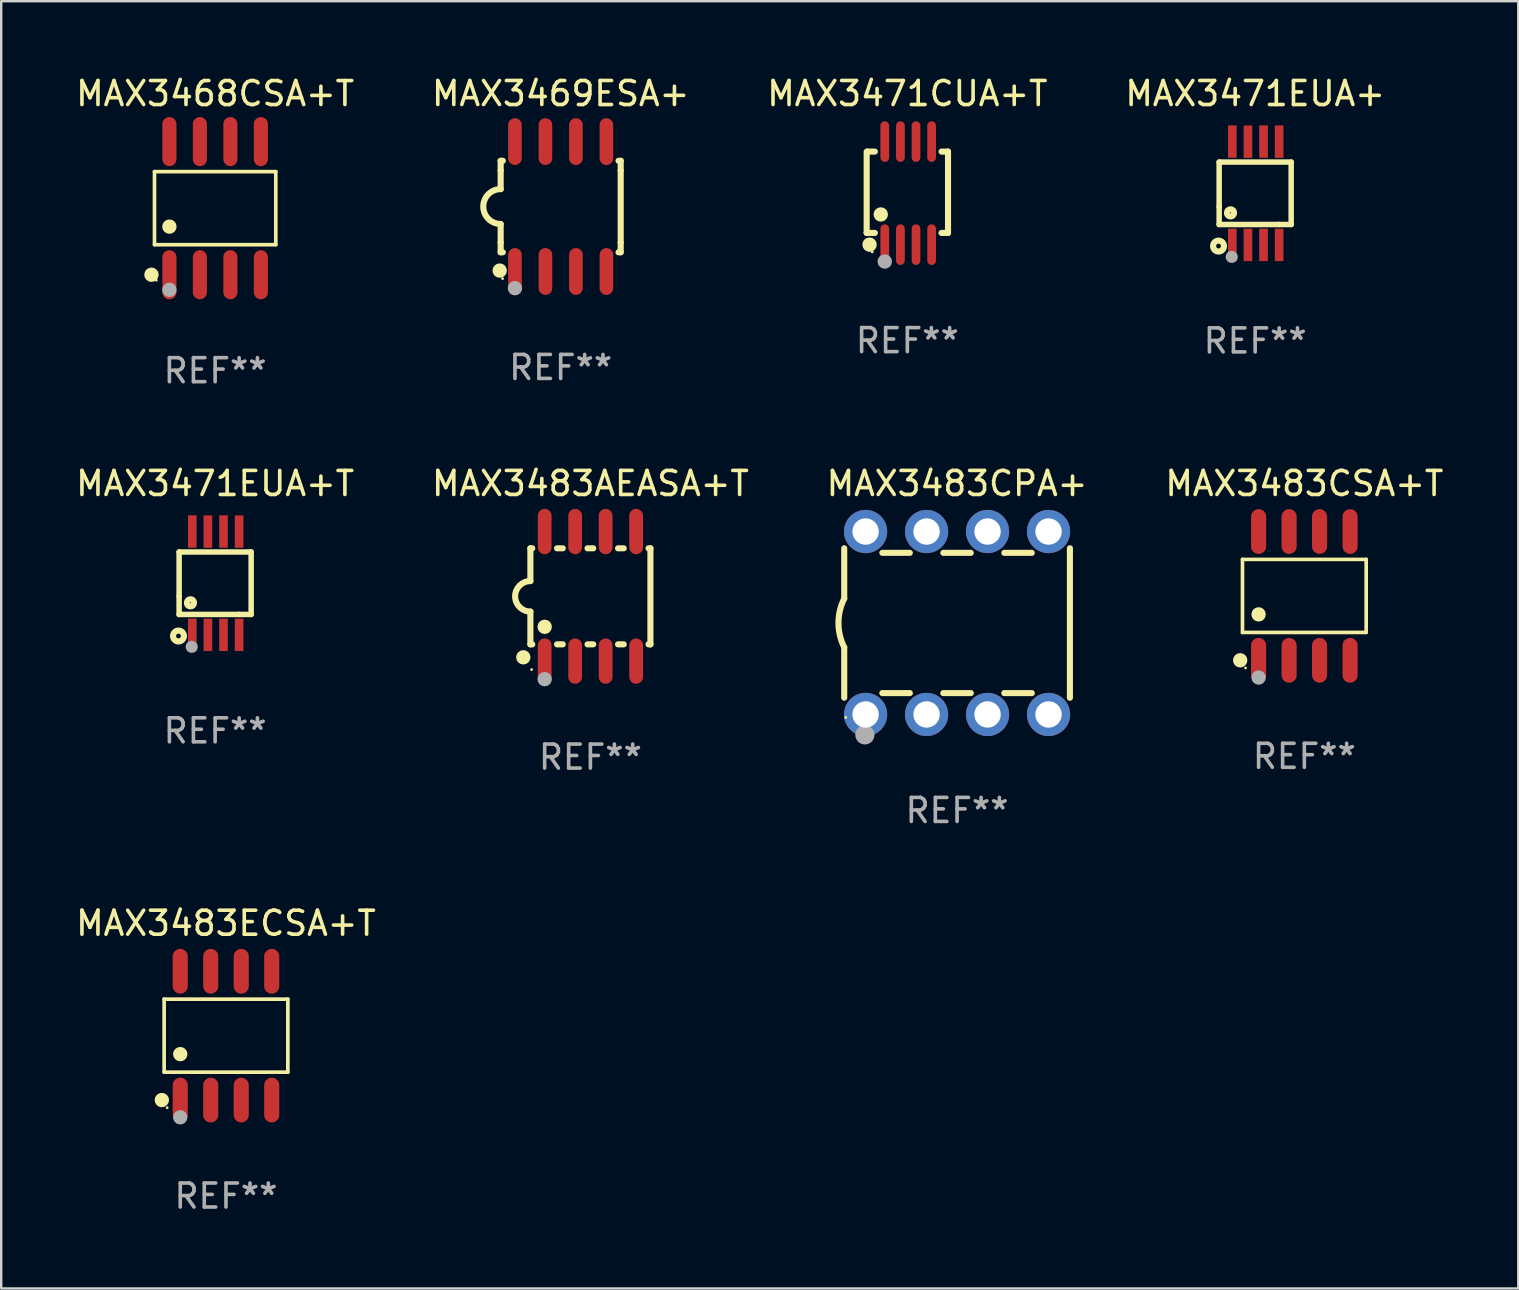
<source format=kicad_pcb>
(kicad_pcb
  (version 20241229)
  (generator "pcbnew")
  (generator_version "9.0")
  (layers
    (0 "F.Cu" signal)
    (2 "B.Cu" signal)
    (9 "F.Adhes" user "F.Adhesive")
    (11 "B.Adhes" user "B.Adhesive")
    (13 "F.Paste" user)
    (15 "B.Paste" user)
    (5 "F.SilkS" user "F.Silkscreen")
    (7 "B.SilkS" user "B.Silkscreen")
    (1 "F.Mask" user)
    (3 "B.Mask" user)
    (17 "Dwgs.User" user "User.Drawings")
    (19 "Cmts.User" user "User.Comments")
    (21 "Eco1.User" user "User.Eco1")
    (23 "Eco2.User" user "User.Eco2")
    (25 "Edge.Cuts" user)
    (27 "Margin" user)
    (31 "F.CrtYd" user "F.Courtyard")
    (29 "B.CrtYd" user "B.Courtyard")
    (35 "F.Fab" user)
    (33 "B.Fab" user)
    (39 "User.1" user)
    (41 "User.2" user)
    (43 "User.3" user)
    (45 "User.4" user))
  (footprint "MAX3471EUA+T"
    (layer "F.Cu")
    (at 5.911 21.242)
    (property "Reference" "MAX3471EUA+T" (at 0 -4.152 0) (layer "F.SilkS") (effects (font (size 1 1) (thickness 0.15))))
    (attr through_hole)
    (fp_line (start -1.5 1.301) (end 1 1.301) (stroke (width 0.229) (type solid)) (layer "F.SilkS"))
    (fp_line (start -1.5 -1.299) (end -1.5 0.551) (stroke (width 0.229) (type solid)) (layer "F.SilkS"))
    (fp_line (start -1.5 0.551) (end -1.5 1.301) (stroke (width 0.229) (type solid)) (layer "F.SilkS"))
    (fp_line (start 1 1.301) (end 1.5 1.301) (stroke (width 0.229) (type solid)) (layer "F.SilkS"))
    (fp_line (start 1.5 1.301) (end 1.5 -1.299) (stroke (width 0.229) (type solid)) (layer "F.SilkS"))
    (fp_line (start 1.5 -1.299) (end -1.5 -1.299) (stroke (width 0.229) (type solid)) (layer "F.SilkS"))
    (fp_circle (center -1.526 2.2) (end -1.426 2.2) (stroke (width 0.254) (type solid)) (fill no) (layer "F.SilkS"))
    (fp_circle (center -1.476 2.45) (end -1.446 2.45) (stroke (width 0.06) (type solid)) (fill no) (layer "F.SilkS"))
    (fp_circle (center -1.028 0.817) (end -0.878 0.817) (stroke (width 0.254) (type solid)) (fill no) (layer "F.SilkS"))
    (fp_circle (center -0.976 2.65) (end -0.849 2.65) (stroke (width 0.254) (type solid)) (fill no) (layer "F.Fab"))
    (fp_text user "REF**" (at 0 6.152 0) (layer "F.Fab") (effects (font (size 1 1) (thickness 0.15))))
    (pad "1" smd rect (at -0.951 2.15) (size 0.36 1.35) (layers "F.Cu" "F.Mask" "F.Paste"))
    (pad "2" smd rect (at -0.301 2.152) (size 0.36 1.35) (layers "F.Cu" "F.Mask" "F.Paste"))
    (pad "3" smd rect (at 0.349 2.151) (size 0.36 1.35) (layers "F.Cu" "F.Mask" "F.Paste"))
    (pad "4" smd rect (at 0.999 2.152) (size 0.36 1.35) (layers "F.Cu" "F.Mask" "F.Paste"))
    (pad "5" smd rect (at 0.999 -2.149) (size 0.36 1.35) (layers "F.Cu" "F.Mask" "F.Paste"))
    (pad "6" smd rect (at 0.349 -2.152) (size 0.36 1.35) (layers "F.Cu" "F.Mask" "F.Paste"))
    (pad "7" smd rect (at -0.301 -2.149) (size 0.36 1.35) (layers "F.Cu" "F.Mask" "F.Paste"))
    (pad "8" smd rect (at -0.951 -2.152) (size 0.36 1.35) (layers "F.Cu" "F.Mask" "F.Paste")))
  (footprint "MAX3471CUA+T"
    (layer "F.Cu")
    (at 34.744 4.994)
    (property "Reference" "MAX3471CUA+T" (at 0 -4.146 0) (layer "F.SilkS") (effects (font (size 1 1) (thickness 0.15))))
    (attr through_hole)
    (fp_line (start -1.694 -1.724) (end -1.694 1.652) (stroke (width 0.254) (type solid)) (layer "F.SilkS"))
    (fp_line (start -1.694 1.652) (end -1.688 1.658) (stroke (width 0.254) (type solid)) (layer "F.SilkS"))
    (fp_line (start -1.688 1.658) (end -1.353 1.658) (stroke (width 0.254) (type solid)) (layer "F.SilkS"))
    (fp_line (start -1.661 -1.73) (end -1.681 -1.71) (stroke (width 0.254) (type solid)) (layer "F.SilkS"))
    (fp_line (start -1.353 -1.73) (end -1.661 -1.73) (stroke (width 0.254) (type solid)) (layer "F.SilkS"))
    (fp_line (start 1.424 1.658) (end 1.694 1.658) (stroke (width 0.254) (type solid)) (layer "F.SilkS"))
    (fp_line (start 1.694 -1.73) (end 1.424 -1.73) (stroke (width 0.254) (type solid)) (layer "F.SilkS"))
    (fp_line (start 1.694 1.658) (end 1.694 -1.73) (stroke (width 0.254) (type solid)) (layer "F.SilkS"))
    (fp_circle (center -1.574 2.146) (end -1.424 2.146) (stroke (width 0.3) (type solid)) (fill no) (layer "F.SilkS"))
    (fp_circle (center -1.464 2.45) (end -1.434 2.45) (stroke (width 0.06) (type solid)) (fill no) (layer "F.SilkS"))
    (fp_circle (center -1.107 0.889) (end -0.957 0.889) (stroke (width 0.3) (type solid)) (fill no) (layer "F.SilkS"))
    (fp_circle (center -0.94 2.85) (end -0.789 2.85) (stroke (width 0.3) (type solid)) (fill no) (layer "F.Fab"))
    (fp_text user "REF**" (at 0 6.146 0) (layer "F.Fab") (effects (font (size 1 1) (thickness 0.15))))
    (pad "1" smd oval (at -0.94 2.146) (size 0.364 1.692) (layers "F.Cu" "F.Mask" "F.Paste"))
    (pad "2" smd oval (at -0.289 2.146) (size 0.364 1.692) (layers "F.Cu" "F.Mask" "F.Paste"))
    (pad "3" smd oval (at 0.361 2.146) (size 0.364 1.692) (layers "F.Cu" "F.Mask" "F.Paste"))
    (pad "4" smd oval (at 1.011 2.146) (size 0.364 1.692) (layers "F.Cu" "F.Mask" "F.Paste"))
    (pad "5" smd oval (at 1.011 -2.146) (size 0.364 1.692) (layers "F.Cu" "F.Mask" "F.Paste"))
    (pad "6" smd oval (at 0.361 -2.146) (size 0.364 1.692) (layers "F.Cu" "F.Mask" "F.Paste"))
    (pad "7" smd oval (at -0.289 -2.146) (size 0.364 1.692) (layers "F.Cu" "F.Mask" "F.Paste"))
    (pad "8" smd oval (at -0.94 -2.146) (size 0.364 1.692) (layers "F.Cu" "F.Mask" "F.Paste")))
  (footprint "MAX3483CSA+T"
    (layer "F.Cu")
    (at 51.28 21.772)
    (property "Reference" "MAX3483CSA+T" (at 0 -4.682 0) (layer "F.SilkS") (effects (font (size 1 1) (thickness 0.15))))
    (attr through_hole)
    (fp_line (start -2.576 -1.521) (end 2.576 -1.521) (stroke (width 0.152) (type solid)) (layer "F.SilkS"))
    (fp_line (start -2.576 1.521) (end -2.576 -1.521) (stroke (width 0.152) (type solid)) (layer "F.SilkS"))
    (fp_line (start 2.576 -1.521) (end 2.576 1.521) (stroke (width 0.152) (type solid)) (layer "F.SilkS"))
    (fp_line (start 2.576 1.521) (end -2.576 1.521) (stroke (width 0.152) (type solid)) (layer "F.SilkS"))
    (fp_circle (center -2.672 2.682) (end -2.522 2.682) (stroke (width 0.3) (type solid)) (fill no) (layer "F.SilkS"))
    (fp_circle (center -2.45 3) (end -2.42 3) (stroke (width 0.06) (type solid)) (fill no) (layer "F.SilkS"))
    (fp_circle (center -1.905 0.769) (end -1.755 0.769) (stroke (width 0.3) (type solid)) (fill no) (layer "F.SilkS"))
    (fp_circle (center -1.905 3.4) (end -1.755 3.4) (stroke (width 0.3) (type solid)) (fill no) (layer "F.Fab"))
    (fp_text user "REF**" (at 0 6.682 0) (layer "F.Fab") (effects (font (size 1 1) (thickness 0.15))))
    (pad "1" smd oval (at -1.905 2.682) (size 0.63 1.865) (layers "F.Cu" "F.Mask" "F.Paste"))
    (pad "2" smd oval (at -0.635 2.682) (size 0.63 1.865) (layers "F.Cu" "F.Mask" "F.Paste"))
    (pad "3" smd oval (at 0.635 2.682) (size 0.63 1.865) (layers "F.Cu" "F.Mask" "F.Paste"))
    (pad "4" smd oval (at 1.905 2.682) (size 0.63 1.865) (layers "F.Cu" "F.Mask" "F.Paste"))
    (pad "5" smd oval (at 1.905 -2.682) (size 0.63 1.865) (layers "F.Cu" "F.Mask" "F.Paste"))
    (pad "6" smd oval (at 0.635 -2.682) (size 0.63 1.865) (layers "F.Cu" "F.Mask" "F.Paste"))
    (pad "7" smd oval (at -0.635 -2.682) (size 0.63 1.865) (layers "F.Cu" "F.Mask" "F.Paste"))
    (pad "8" smd oval (at -1.905 -2.682) (size 0.63 1.865) (layers "F.Cu" "F.Mask" "F.Paste")))
  (footprint "MAX3468CSA+T"
    (layer "F.Cu")
    (at 5.911 5.621)
    (property "Reference" "MAX3468CSA+T" (at 0 -4.772 0) (layer "F.SilkS") (effects (font (size 1 1) (thickness 0.15))))
    (attr through_hole)
    (fp_line (start -2.526 -1.521) (end 2.526 -1.521) (stroke (width 0.152) (type solid)) (layer "F.SilkS"))
    (fp_line (start -2.526 1.521) (end -2.526 -1.521) (stroke (width 0.152) (type solid)) (layer "F.SilkS"))
    (fp_line (start 2.526 -1.521) (end 2.526 1.521) (stroke (width 0.152) (type solid)) (layer "F.SilkS"))
    (fp_line (start 2.526 1.521) (end -2.526 1.521) (stroke (width 0.152) (type solid)) (layer "F.SilkS"))
    (fp_circle (center -2.652 2.772) (end -2.501 2.772) (stroke (width 0.3) (type solid)) (fill no) (layer "F.SilkS"))
    (fp_circle (center -2.45 3) (end -2.42 3) (stroke (width 0.06) (type solid)) (fill no) (layer "F.SilkS"))
    (fp_circle (center -1.905 0.769) (end -1.755 0.769) (stroke (width 0.3) (type solid)) (fill no) (layer "F.SilkS"))
    (fp_circle (center -1.905 3.4) (end -1.755 3.4) (stroke (width 0.3) (type solid)) (fill no) (layer "F.Fab"))
    (fp_text user "REF**" (at 0 6.772 0) (layer "F.Fab") (effects (font (size 1 1) (thickness 0.15))))
    (pad "1" smd oval (at -1.905 2.772) (size 0.588 2.045) (layers "F.Cu" "F.Mask" "F.Paste"))
    (pad "2" smd oval (at -0.635 2.772) (size 0.588 2.045) (layers "F.Cu" "F.Mask" "F.Paste"))
    (pad "3" smd oval (at 0.635 2.772) (size 0.588 2.045) (layers "F.Cu" "F.Mask" "F.Paste"))
    (pad "4" smd oval (at 1.905 2.772) (size 0.588 2.045) (layers "F.Cu" "F.Mask" "F.Paste"))
    (pad "5" smd oval (at 1.905 -2.772) (size 0.588 2.045) (layers "F.Cu" "F.Mask" "F.Paste"))
    (pad "6" smd oval (at 0.635 -2.772) (size 0.588 2.045) (layers "F.Cu" "F.Mask" "F.Paste"))
    (pad "7" smd oval (at -0.635 -2.772) (size 0.588 2.045) (layers "F.Cu" "F.Mask" "F.Paste"))
    (pad "8" smd oval (at -1.905 -2.772) (size 0.588 2.045) (layers "F.Cu" "F.Mask" "F.Paste")))
  (footprint "MAX3483ECSA+T"
    (layer "F.Cu")
    (at 6.363 40.089)
    (property "Reference" "MAX3483ECSA+T" (at 0 -4.682 0) (layer "F.SilkS") (effects (font (size 1 1) (thickness 0.15))))
    (attr through_hole)
    (fp_line (start -2.576 -1.521) (end 2.576 -1.521) (stroke (width 0.152) (type solid)) (layer "F.SilkS"))
    (fp_line (start -2.576 1.521) (end -2.576 -1.521) (stroke (width 0.152) (type solid)) (layer "F.SilkS"))
    (fp_line (start 2.576 -1.521) (end 2.576 1.521) (stroke (width 0.152) (type solid)) (layer "F.SilkS"))
    (fp_line (start 2.576 1.521) (end -2.576 1.521) (stroke (width 0.152) (type solid)) (layer "F.SilkS"))
    (fp_circle (center -2.672 2.682) (end -2.522 2.682) (stroke (width 0.3) (type solid)) (fill no) (layer "F.SilkS"))
    (fp_circle (center -2.45 3) (end -2.42 3) (stroke (width 0.06) (type solid)) (fill no) (layer "F.SilkS"))
    (fp_circle (center -1.905 0.769) (end -1.755 0.769) (stroke (width 0.3) (type solid)) (fill no) (layer "F.SilkS"))
    (fp_circle (center -1.905 3.4) (end -1.755 3.4) (stroke (width 0.3) (type solid)) (fill no) (layer "F.Fab"))
    (fp_text user "REF**" (at 0 6.682 0) (layer "F.Fab") (effects (font (size 1 1) (thickness 0.15))))
    (pad "1" smd oval (at -1.905 2.682) (size 0.63 1.865) (layers "F.Cu" "F.Mask" "F.Paste"))
    (pad "2" smd oval (at -0.635 2.682) (size 0.63 1.865) (layers "F.Cu" "F.Mask" "F.Paste"))
    (pad "3" smd oval (at 0.635 2.682) (size 0.63 1.865) (layers "F.Cu" "F.Mask" "F.Paste"))
    (pad "4" smd oval (at 1.905 2.682) (size 0.63 1.865) (layers "F.Cu" "F.Mask" "F.Paste"))
    (pad "5" smd oval (at 1.905 -2.682) (size 0.63 1.865) (layers "F.Cu" "F.Mask" "F.Paste"))
    (pad "6" smd oval (at 0.635 -2.682) (size 0.63 1.865) (layers "F.Cu" "F.Mask" "F.Paste"))
    (pad "7" smd oval (at -0.635 -2.682) (size 0.63 1.865) (layers "F.Cu" "F.Mask" "F.Paste"))
    (pad "8" smd oval (at -1.905 -2.682) (size 0.63 1.865) (layers "F.Cu" "F.Mask" "F.Paste")))
  (footprint "MAX3471EUA+"
    (layer "F.Cu")
    (at 49.232 5)
    (property "Reference" "MAX3471EUA+" (at 0 -4.152 0) (layer "F.SilkS") (effects (font (size 1 1) (thickness 0.15))))
    (attr through_hole)
    (fp_line (start -1.5 1.301) (end 1 1.301) (stroke (width 0.229) (type solid)) (layer "F.SilkS"))
    (fp_line (start -1.5 -1.299) (end -1.5 0.551) (stroke (width 0.229) (type solid)) (layer "F.SilkS"))
    (fp_line (start -1.5 0.551) (end -1.5 1.301) (stroke (width 0.229) (type solid)) (layer "F.SilkS"))
    (fp_line (start 1 1.301) (end 1.5 1.301) (stroke (width 0.229) (type solid)) (layer "F.SilkS"))
    (fp_line (start 1.5 1.301) (end 1.5 -1.299) (stroke (width 0.229) (type solid)) (layer "F.SilkS"))
    (fp_line (start 1.5 -1.299) (end -1.5 -1.299) (stroke (width 0.229) (type solid)) (layer "F.SilkS"))
    (fp_circle (center -1.526 2.2) (end -1.426 2.2) (stroke (width 0.254) (type solid)) (fill no) (layer "F.SilkS"))
    (fp_circle (center -1.476 2.45) (end -1.446 2.45) (stroke (width 0.06) (type solid)) (fill no) (layer "F.SilkS"))
    (fp_circle (center -1.028 0.817) (end -0.878 0.817) (stroke (width 0.254) (type solid)) (fill no) (layer "F.SilkS"))
    (fp_circle (center -0.976 2.65) (end -0.849 2.65) (stroke (width 0.254) (type solid)) (fill no) (layer "F.Fab"))
    (fp_text user "REF**" (at 0 6.152 0) (layer "F.Fab") (effects (font (size 1 1) (thickness 0.15))))
    (pad "1" smd rect (at -0.951 2.15) (size 0.36 1.35) (layers "F.Cu" "F.Mask" "F.Paste"))
    (pad "2" smd rect (at -0.301 2.152) (size 0.36 1.35) (layers "F.Cu" "F.Mask" "F.Paste"))
    (pad "3" smd rect (at 0.349 2.151) (size 0.36 1.35) (layers "F.Cu" "F.Mask" "F.Paste"))
    (pad "4" smd rect (at 0.999 2.152) (size 0.36 1.35) (layers "F.Cu" "F.Mask" "F.Paste"))
    (pad "5" smd rect (at 0.999 -2.149) (size 0.36 1.35) (layers "F.Cu" "F.Mask" "F.Paste"))
    (pad "6" smd rect (at 0.349 -2.152) (size 0.36 1.35) (layers "F.Cu" "F.Mask" "F.Paste"))
    (pad "7" smd rect (at -0.301 -2.149) (size 0.36 1.35) (layers "F.Cu" "F.Mask" "F.Paste"))
    (pad "8" smd rect (at -0.951 -2.152) (size 0.36 1.35) (layers "F.Cu" "F.Mask" "F.Paste")))
  (footprint "MAX3483CPA+"
    (layer "F.Cu")
    (at 36.815 22.9)
    (property "Reference" "MAX3483CPA+" (at 0 -5.81 0) (layer "F.SilkS") (effects (font (size 1 1) (thickness 0.15))))
    (attr through_hole)
    (fp_line (start -4.7 -1.017) (end -4.7 -3.113) (stroke (width 0.254) (type solid)) (layer "F.SilkS"))
    (fp_line (start -4.7 1.015) (end -4.7 3.113) (stroke (width 0.254) (type solid)) (layer "F.SilkS"))
    (fp_line (start -3.113 2.92) (end -1.967 2.92) (stroke (width 0.254) (type solid)) (layer "F.SilkS"))
    (fp_line (start -3.111 -2.922) (end -1.969 -2.922) (stroke (width 0.254) (type solid)) (layer "F.SilkS"))
    (fp_line (start -0.573 2.92) (end 0.573 2.92) (stroke (width 0.254) (type solid)) (layer "F.SilkS"))
    (fp_line (start -0.571 -2.922) (end 0.571 -2.922) (stroke (width 0.254) (type solid)) (layer "F.SilkS"))
    (fp_line (start 1.967 2.92) (end 3.113 2.92) (stroke (width 0.254) (type solid)) (layer "F.SilkS"))
    (fp_line (start 1.969 -2.922) (end 3.111 -2.922) (stroke (width 0.254) (type solid)) (layer "F.SilkS"))
    (fp_line (start 4.7 -3.113) (end 4.7 3.113) (stroke (width 0.254) (type solid)) (layer "F.SilkS"))
    (fp_arc (start -4.7 1.01524) (mid -4.939846 -0.000762) (end -4.7 -1.016764) (stroke (width 0.254001) (type solid)) (layer "F.SilkS"))
    (fp_circle (center -4.636 3.935) (end -4.606 3.935) (stroke (width 0.06) (type solid)) (fill no) (layer "F.SilkS"))
    (fp_circle (center -3.84 4.66) (end -3.64 4.66) (stroke (width 0.4) (type solid)) (fill no) (layer "F.Fab"))
    (fp_text user "REF**" (at 0 7.81 0) (layer "F.Fab") (effects (font (size 1 1) (thickness 0.15))))
    (pad "1" thru_hole circle (at -3.81 3.81) (size 1.8 1.8) (drill 1.1) (layers "*.Cu" "*.Mask"))
    (pad "2" thru_hole circle (at -1.27 3.81) (size 1.8 1.8) (drill 1.1) (layers "*.Cu" "*.Mask"))
    (pad "3" thru_hole circle (at 1.27 3.81) (size 1.8 1.8) (drill 1.1) (layers "*.Cu" "*.Mask"))
    (pad "4" thru_hole circle (at 3.81 3.81) (size 1.8 1.8) (drill 1.1) (layers "*.Cu" "*.Mask"))
    (pad "5" thru_hole circle (at 3.81 -3.81) (size 1.8 1.8) (drill 1.1) (layers "*.Cu" "*.Mask"))
    (pad "6" thru_hole circle (at 1.27 -3.81) (size 1.8 1.8) (drill 1.1) (layers "*.Cu" "*.Mask"))
    (pad "7" thru_hole circle (at -1.27 -3.81) (size 1.8 1.8) (drill 1.1) (layers "*.Cu" "*.Mask"))
    (pad "8" thru_hole circle (at -3.81 -3.81) (size 1.8 1.8) (drill 1.1) (layers "*.Cu" "*.Mask")))
  (footprint "MAX3483AEASA+T"
    (layer "F.Cu")
    (at 21.542 21.789)
    (property "Reference" "MAX3483AEASA+T" (at 0 -4.699 0) (layer "F.SilkS") (effects (font (size 1 1) (thickness 0.15))))
    (attr through_hole)
    (fp_line (start -2.5 -2) (end -2.5 -0.635) (stroke (width 0.254) (type solid)) (layer "F.SilkS"))
    (fp_line (start -2.5 -2) (end -2.421 -2) (stroke (width 0.254) (type solid)) (layer "F.SilkS"))
    (fp_line (start -2.5 2) (end -2.5 0.635) (stroke (width 0.254) (type solid)) (layer "F.SilkS"))
    (fp_line (start -2.5 2) (end -2.421 2) (stroke (width 0.254) (type solid)) (layer "F.SilkS"))
    (fp_line (start -1.389 -2) (end -1.151 -2) (stroke (width 0.254) (type solid)) (layer "F.SilkS"))
    (fp_line (start -1.389 2) (end -1.151 2) (stroke (width 0.254) (type solid)) (layer "F.SilkS"))
    (fp_line (start -0.119 -2) (end 0.119 -2) (stroke (width 0.254) (type solid)) (layer "F.SilkS"))
    (fp_line (start -0.119 2) (end 0.119 2) (stroke (width 0.254) (type solid)) (layer "F.SilkS"))
    (fp_line (start 1.151 -2) (end 1.389 -2) (stroke (width 0.254) (type solid)) (layer "F.SilkS"))
    (fp_line (start 1.151 2) (end 1.389 2) (stroke (width 0.254) (type solid)) (layer "F.SilkS"))
    (fp_line (start 2.421 -2) (end 2.5 -2) (stroke (width 0.254) (type solid)) (layer "F.SilkS"))
    (fp_line (start 2.421 2) (end 2.5 2) (stroke (width 0.254) (type solid)) (layer "F.SilkS"))
    (fp_line (start 2.5 -2) (end 2.5 2) (stroke (width 0.254) (type solid)) (layer "F.SilkS"))
    (fp_arc (start -2.5 0.635001) (mid -3.134366 -0.000318) (end -2.499365 -0.635001) (stroke (width 0.254001) (type solid)) (layer "F.SilkS"))
    (fp_circle (center -2.794 2.54) (end -2.644 2.54) (stroke (width 0.3) (type solid)) (fill no) (layer "F.SilkS"))
    (fp_circle (center -2.45 3.05) (end -2.42 3.05) (stroke (width 0.06) (type solid)) (fill no) (layer "F.SilkS"))
    (fp_circle (center -1.905 1.27) (end -1.755 1.27) (stroke (width 0.3) (type solid)) (fill no) (layer "F.SilkS"))
    (fp_circle (center -1.905 3.45) (end -1.755 3.45) (stroke (width 0.3) (type solid)) (fill no) (layer "F.Fab"))
    (fp_text user "REF**" (at 0 6.699 0) (layer "F.Fab") (effects (font (size 1 1) (thickness 0.15))))
    (pad "1" smd oval (at -1.905 2.699) (size 0.574 1.888) (layers "F.Cu" "F.Mask" "F.Paste"))
    (pad "2" smd oval (at -0.635 2.699) (size 0.574 1.888) (layers "F.Cu" "F.Mask" "F.Paste"))
    (pad "3" smd oval (at 0.635 2.699) (size 0.574 1.888) (layers "F.Cu" "F.Mask" "F.Paste"))
    (pad "4" smd oval (at 1.905 2.699) (size 0.574 1.888) (layers "F.Cu" "F.Mask" "F.Paste"))
    (pad "5" smd oval (at 1.905 -2.699) (size 0.574 1.888) (layers "F.Cu" "F.Mask" "F.Paste"))
    (pad "6" smd oval (at 0.635 -2.699) (size 0.574 1.888) (layers "F.Cu" "F.Mask" "F.Paste"))
    (pad "7" smd oval (at -0.635 -2.699) (size 0.574 1.888) (layers "F.Cu" "F.Mask" "F.Paste"))
    (pad "8" smd oval (at -1.905 -2.699) (size 0.574 1.888) (layers "F.Cu" "F.Mask" "F.Paste")))
  (footprint "MAX3469ESA+"
    (layer "F.Cu")
    (at 20.304 5.553)
    (property "Reference" "MAX3469ESA+" (at 0 -4.705 0) (layer "F.SilkS") (effects (font (size 1 1) (thickness 0.15))))
    (attr through_hole)
    (fp_line (start -2.5 -1.905) (end -2.409 -1.905) (stroke (width 0.254) (type solid)) (layer "F.SilkS"))
    (fp_line (start -2.5 -1.5) (end -2.5 -1.905) (stroke (width 0.254) (type solid)) (layer "F.SilkS"))
    (fp_line (start -2.5 -1.5) (end -2.5 -0.726) (stroke (width 0.254) (type solid)) (layer "F.SilkS"))
    (fp_line (start -2.5 1.5) (end -2.5 0.727) (stroke (width 0.254) (type solid)) (layer "F.SilkS"))
    (fp_line (start -2.5 1.5) (end -2.5 1.905) (stroke (width 0.254) (type solid)) (layer "F.SilkS"))
    (fp_line (start -2.5 1.905) (end -2.409 1.905) (stroke (width 0.254) (type solid)) (layer "F.SilkS"))
    (fp_line (start 2.5 -1.905) (end 2.409 -1.905) (stroke (width 0.254) (type solid)) (layer "F.SilkS"))
    (fp_line (start 2.5 -1.5) (end 2.5 -1.905) (stroke (width 0.254) (type solid)) (layer "F.SilkS"))
    (fp_line (start 2.5 -1.5) (end 2.5 1.5) (stroke (width 0.254) (type solid)) (layer "F.SilkS"))
    (fp_line (start 2.5 1.5) (end 2.5 1.905) (stroke (width 0.254) (type solid)) (layer "F.SilkS"))
    (fp_line (start 2.5 1.905) (end 2.409 1.905) (stroke (width 0.254) (type solid)) (layer "F.SilkS"))
    (fp_arc (start -2.5 0.726568) (mid -3.220316 -0.0023) (end -2.495097 -0.726289) (stroke (width 0.254001) (type solid)) (layer "F.SilkS"))
    (fp_circle (center -2.54 2.667) (end -2.39 2.667) (stroke (width 0.3) (type solid)) (fill no) (layer "F.SilkS"))
    (fp_circle (center -2.42 3) (end -2.39 3) (stroke (width 0.06) (type solid)) (fill no) (layer "F.SilkS"))
    (fp_circle (center -1.905 3.4) (end -1.755 3.4) (stroke (width 0.3) (type solid)) (fill no) (layer "F.Fab"))
    (fp_text user "REF**" (at 0 6.705 0) (layer "F.Fab") (effects (font (size 1 1) (thickness 0.15))))
    (pad "1" smd oval (at -1.905 2.705) (size 0.568 1.95) (layers "F.Cu" "F.Mask" "F.Paste"))
    (pad "2" smd oval (at -0.635 2.705) (size 0.568 1.95) (layers "F.Cu" "F.Mask" "F.Paste"))
    (pad "3" smd oval (at 0.635 2.705) (size 0.568 1.95) (layers "F.Cu" "F.Mask" "F.Paste"))
    (pad "4" smd oval (at 1.905 2.705) (size 0.568 1.95) (layers "F.Cu" "F.Mask" "F.Paste"))
    (pad "5" smd oval (at 1.905 -2.705) (size 0.568 1.95) (layers "F.Cu" "F.Mask" "F.Paste"))
    (pad "6" smd oval (at 0.635 -2.705) (size 0.568 1.95) (layers "F.Cu" "F.Mask" "F.Paste"))
    (pad "7" smd oval (at -0.635 -2.705) (size 0.568 1.95) (layers "F.Cu" "F.Mask" "F.Paste"))
    (pad "8" smd oval (at -1.905 -2.705) (size 0.568 1.95) (layers "F.Cu" "F.Mask" "F.Paste")))
  (gr_rect
    (start -3 -3)
    (end 60.19 50.619)
    (stroke (width 0.1) (type default))
    (fill no)
    (layer "Edge.Cuts")))
</source>
